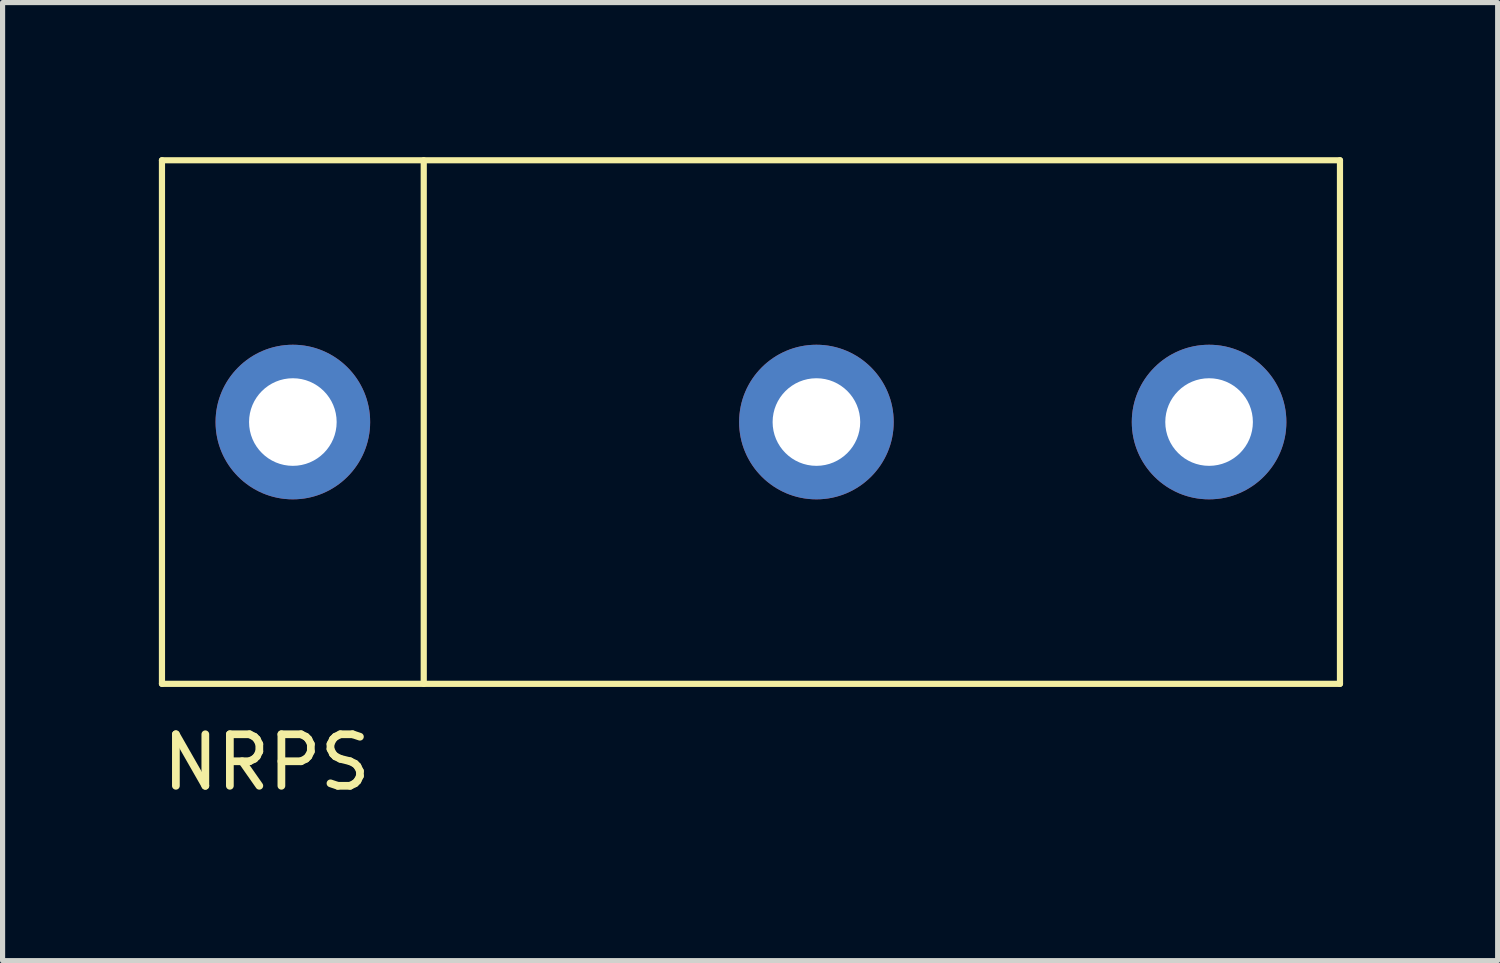
<source format=kicad_pcb>
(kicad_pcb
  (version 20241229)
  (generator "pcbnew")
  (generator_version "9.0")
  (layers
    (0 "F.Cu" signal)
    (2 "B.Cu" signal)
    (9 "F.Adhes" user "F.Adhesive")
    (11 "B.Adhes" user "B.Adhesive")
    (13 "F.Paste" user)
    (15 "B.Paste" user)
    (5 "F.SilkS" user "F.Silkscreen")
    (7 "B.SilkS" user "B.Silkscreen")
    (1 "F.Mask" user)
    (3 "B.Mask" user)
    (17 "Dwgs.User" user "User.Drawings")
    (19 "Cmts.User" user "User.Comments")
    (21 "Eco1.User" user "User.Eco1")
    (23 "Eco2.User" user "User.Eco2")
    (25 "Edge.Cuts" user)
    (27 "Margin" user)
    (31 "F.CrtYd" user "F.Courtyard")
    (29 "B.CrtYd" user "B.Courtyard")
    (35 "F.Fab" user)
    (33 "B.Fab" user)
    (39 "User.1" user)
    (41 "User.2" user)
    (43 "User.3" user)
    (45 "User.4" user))
  (footprint "NRPS"
    (layer "F.Cu")
    (at 10.253 10.22)
    (property "Reference" "NRPS" (at -8.128 1.524 0) (layer "F.SilkS") (effects (font (size 1 1) (thickness 0.15))))
    (attr through_hole)
    (fp_line (start -10.16 -10.16) (end 12.7 -10.16) (stroke (width 0.12) (type solid)) (layer "F.SilkS"))
    (fp_line (start -10.16 0) (end -10.16 -10.16) (stroke (width 0.12) (type solid)) (layer "F.SilkS"))
    (fp_line (start -5.08 -10.16) (end -5.08 0) (stroke (width 0.12) (type solid)) (layer "F.SilkS"))
    (fp_line (start 12.7 -10.16) (end 12.7 0) (stroke (width 0.12) (type solid)) (layer "F.SilkS"))
    (fp_line (start 12.7 0) (end -10.16 0) (stroke (width 0.12) (type solid)) (layer "F.SilkS"))
    (pad "1" thru_hole circle (at -7.62 -5.08) (size 3 3) (drill 1.7) (layers "*.Cu" "*.Mask"))
    (pad "2" thru_hole circle (at 2.54 -5.08) (size 3 3) (drill 1.7) (layers "*.Cu" "*.Mask"))
    (pad "3" thru_hole circle (at 10.16 -5.08) (size 3 3) (drill 1.7) (layers "*.Cu" "*.Mask")))
  (gr_rect
    (start -3 -3)
    (end 26.013 15.592)
    (stroke (width 0.1) (type default))
    (fill no)
    (layer "Edge.Cuts")))
</source>
